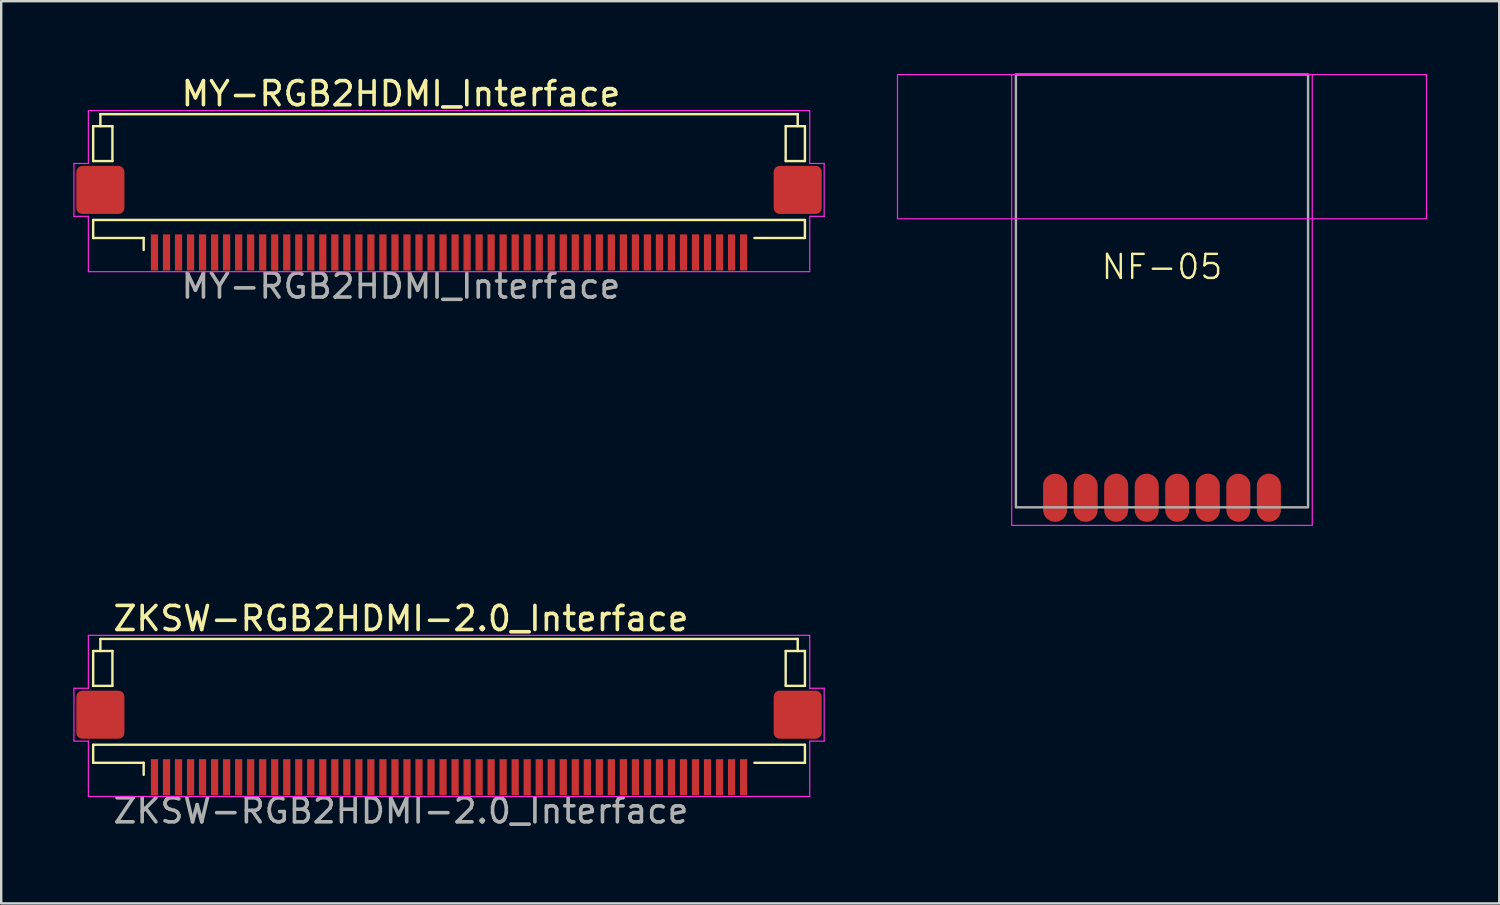
<source format=kicad_pcb>
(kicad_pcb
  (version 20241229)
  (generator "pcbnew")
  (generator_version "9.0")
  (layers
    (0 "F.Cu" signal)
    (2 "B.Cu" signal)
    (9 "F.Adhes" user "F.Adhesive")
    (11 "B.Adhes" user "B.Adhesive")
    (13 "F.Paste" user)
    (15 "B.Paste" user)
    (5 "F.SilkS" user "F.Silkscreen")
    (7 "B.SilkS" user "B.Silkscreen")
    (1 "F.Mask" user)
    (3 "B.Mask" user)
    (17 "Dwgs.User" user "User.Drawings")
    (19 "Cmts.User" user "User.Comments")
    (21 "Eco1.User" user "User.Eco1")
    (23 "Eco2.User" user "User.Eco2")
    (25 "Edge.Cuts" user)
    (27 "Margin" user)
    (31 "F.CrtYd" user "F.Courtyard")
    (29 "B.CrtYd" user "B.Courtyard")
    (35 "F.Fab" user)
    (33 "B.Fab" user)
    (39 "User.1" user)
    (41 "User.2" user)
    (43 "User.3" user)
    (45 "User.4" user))
  (footprint "NF-05"
    (layer "F.Cu")
    (at 45.275 18.05)
    (property "Reference" "NF-05" (at 0 -10 0) (layer "F.SilkS") (effects (font (size 1 1) (thickness 0.1))))
    (attr smd)
    (fp_rect (start -11 -18) (end 11 -12) (stroke (width 0.05) (type solid)) (fill no) (layer "F.CrtYd"))
    (fp_rect (start -6.25 -18) (end 6.25 0.75) (stroke (width 0.05) (type default)) (fill no) (layer "F.CrtYd"))
    (fp_rect (start -6.075 0) (end 6.075 -18) (stroke (width 0.1) (type solid)) (fill no) (layer "F.Fab"))
    (pad "1" smd oval (at -4.445 -0.15) (size 1 2) (drill (offset 0 -0.25)) (layers "F.Cu" "F.Mask" "F.Paste"))
    (pad "2" smd oval (at -3.175 -0.15) (size 1 2) (drill (offset 0 -0.25)) (layers "F.Cu" "F.Mask" "F.Paste"))
    (pad "3" smd oval (at -1.905 -0.15) (size 1 2) (drill (offset 0 -0.25)) (layers "F.Cu" "F.Mask" "F.Paste"))
    (pad "4" smd oval (at -0.635 -0.15) (size 1 2) (drill (offset 0 -0.25)) (layers "F.Cu" "F.Mask" "F.Paste"))
    (pad "5" smd oval (at 0.635 -0.15) (size 1 2) (drill (offset 0 -0.25)) (layers "F.Cu" "F.Mask" "F.Paste"))
    (pad "6" smd oval (at 1.905 -0.15) (size 1 2) (drill (offset 0 -0.25)) (layers "F.Cu" "F.Mask" "F.Paste"))
    (pad "7" smd oval (at 3.175 -0.15) (size 1 2) (drill (offset 0 -0.25)) (layers "F.Cu" "F.Mask" "F.Paste"))
    (pad "8" smd oval (at 4.445 -0.15) (size 1 2) (drill (offset 0 -0.25)) (layers "F.Cu" "F.Mask" "F.Paste"))
    (zone (net_name "") (layers "F.Cu" "B.Cu" "F.CrtYd") (hatch edge 0.5) (connect_pads) (min_thickness 0.25) (filled_areas_thickness no) (keepout (tracks not_allowed) (vias not_allowed) (pads not_allowed) (copperpour not_allowed) (footprints not_allowed)) (placement (enabled no)) (fill) (polygon (pts (xy 34.275 0.05) (xy 56.275 0.05) (xy 56.275 6.05) (xy 34.275 6.05)))))
  (footprint "ZKSW-RGB2HDMI-2.0_Interface"
    (layer "F.Cu")
    (at 15.625 28.673)
    (property "Reference" "ZKSW-RGB2HDMI-2.0_Interface" (at -2 -6 0) (layer "F.SilkS") (effects (font (size 1 1) (thickness 0.15))))
    (attr smd)
    (fp_line (start -14.8 -4.65) (end -14 -4.65) (stroke (width 0.1) (type default)) (layer "F.SilkS"))
    (fp_line (start -14.8 -3.2) (end -14.8 -4.65) (stroke (width 0.1) (type solid)) (layer "F.SilkS"))
    (fp_line (start -14.8 -3.2) (end -14 -3.2) (stroke (width 0.1) (type default)) (layer "F.SilkS"))
    (fp_line (start -14.8 -0.75) (end 14.8 -0.75) (stroke (width 0.1) (type default)) (layer "F.SilkS"))
    (fp_line (start -14.8 0) (end -14.8 -0.75) (stroke (width 0.1) (type solid)) (layer "F.SilkS"))
    (fp_line (start -14.5 -5.15) (end -14.5 -4.65) (stroke (width 0.1) (type default)) (layer "F.SilkS"))
    (fp_line (start -14 -4.65) (end -14 -3.2) (stroke (width 0.1) (type default)) (layer "F.SilkS"))
    (fp_line (start -12.7 0) (end -14.8 0) (stroke (width 0.1) (type solid)) (layer "F.SilkS"))
    (fp_line (start -12.7 0) (end -12.7 0.5) (stroke (width 0.1) (type solid)) (layer "F.SilkS"))
    (fp_line (start 12.7 0) (end 14.8 0.000003) (stroke (width 0.1) (type solid)) (layer "F.SilkS"))
    (fp_line (start 14 -4.65) (end 14.8 -4.65) (stroke (width 0.1) (type default)) (layer "F.SilkS"))
    (fp_line (start 14 -3.2) (end 14 -4.65) (stroke (width 0.1) (type default)) (layer "F.SilkS"))
    (fp_line (start 14 -3.2) (end 14.8 -3.2) (stroke (width 0.1) (type default)) (layer "F.SilkS"))
    (fp_line (start 14.5 -5.15) (end -14.5 -5.15) (stroke (width 0.1) (type solid)) (layer "F.SilkS"))
    (fp_line (start 14.5 -5.15) (end 14.5 -4.65) (stroke (width 0.1) (type default)) (layer "F.SilkS"))
    (fp_line (start 14.8 -3.2) (end 14.8 -4.65) (stroke (width 0.1) (type solid)) (layer "F.SilkS"))
    (fp_line (start 14.8 0.000003) (end 14.8 -0.75) (stroke (width 0.1) (type solid)) (layer "F.SilkS"))
    (fp_line (start -15.6 -3.1) (end -15.6 -0.9) (stroke (width 0.05) (type default)) (layer "F.CrtYd"))
    (fp_line (start -15.6 -0.9) (end -15 -0.9) (stroke (width 0.05) (type default)) (layer "F.CrtYd"))
    (fp_line (start -15 -5.3) (end -15 -3.1) (stroke (width 0.05) (type default)) (layer "F.CrtYd"))
    (fp_line (start -15 -3.1) (end -15.6 -3.1) (stroke (width 0.05) (type default)) (layer "F.CrtYd"))
    (fp_line (start -15 -0.9) (end -15 1.4) (stroke (width 0.05) (type default)) (layer "F.CrtYd"))
    (fp_line (start -15 1.4) (end 15 1.4) (stroke (width 0.05) (type solid)) (layer "F.CrtYd"))
    (fp_line (start 15 -5.3) (end -15 -5.3) (stroke (width 0.05) (type solid)) (layer "F.CrtYd"))
    (fp_line (start 15 -5.3) (end 15 -3.1) (stroke (width 0.05) (type default)) (layer "F.CrtYd"))
    (fp_line (start 15 -3.1) (end 15.6 -3.1) (stroke (width 0.05) (type default)) (layer "F.CrtYd"))
    (fp_line (start 15 -0.9) (end 15 1.4) (stroke (width 0.05) (type default)) (layer "F.CrtYd"))
    (fp_line (start 15.6 -3.1) (end 15.6 -0.9) (stroke (width 0.05) (type default)) (layer "F.CrtYd"))
    (fp_line (start 15.6 -0.9) (end 15 -0.9) (stroke (width 0.05) (type default)) (layer "F.CrtYd"))
    (fp_text user "${REFERENCE}" (at -2 2 180) (layer "F.Fab") (effects (font (size 1 1) (thickness 0.15))))
    (pad "1" smd rect (at -12.25 0.6 180) (size 0.3 1.5) (layers "F.Cu" "F.Mask" "F.Paste"))
    (pad "2" smd rect (at -11.75 0.6 180) (size 0.3 1.5) (layers "F.Cu" "F.Mask" "F.Paste"))
    (pad "3" smd rect (at -11.25 0.6 180) (size 0.3 1.5) (layers "F.Cu" "F.Mask" "F.Paste"))
    (pad "4" smd rect (at -10.75 0.6 180) (size 0.3 1.5) (layers "F.Cu" "F.Mask" "F.Paste"))
    (pad "5" smd rect (at -10.25 0.6 180) (size 0.3 1.5) (layers "F.Cu" "F.Mask" "F.Paste"))
    (pad "6" smd rect (at -9.75 0.6 180) (size 0.3 1.5) (layers "F.Cu" "F.Mask" "F.Paste"))
    (pad "7" smd rect (at -9.25 0.6 180) (size 0.3 1.5) (layers "F.Cu" "F.Mask" "F.Paste"))
    (pad "8" smd rect (at -8.75 0.6 180) (size 0.3 1.5) (layers "F.Cu" "F.Mask" "F.Paste"))
    (pad "9" smd rect (at -8.25 0.6 180) (size 0.3 1.5) (layers "F.Cu" "F.Mask" "F.Paste"))
    (pad "10" smd rect (at -7.75 0.6 180) (size 0.3 1.5) (layers "F.Cu" "F.Mask" "F.Paste"))
    (pad "11" smd rect (at -7.25 0.6 180) (size 0.3 1.5) (layers "F.Cu" "F.Mask" "F.Paste"))
    (pad "12" smd rect (at -6.75 0.6 180) (size 0.3 1.5) (layers "F.Cu" "F.Mask" "F.Paste"))
    (pad "13" smd rect (at -6.25 0.6 180) (size 0.3 1.5) (layers "F.Cu" "F.Mask" "F.Paste"))
    (pad "14" smd rect (at -5.75 0.6 180) (size 0.3 1.5) (layers "F.Cu" "F.Mask" "F.Paste"))
    (pad "15" smd rect (at -5.25 0.6 180) (size 0.3 1.5) (layers "F.Cu" "F.Mask" "F.Paste"))
    (pad "16" smd rect (at -4.75 0.6 180) (size 0.3 1.5) (layers "F.Cu" "F.Mask" "F.Paste"))
    (pad "17" smd rect (at -4.25 0.6 180) (size 0.3 1.5) (layers "F.Cu" "F.Mask" "F.Paste"))
    (pad "18" smd rect (at -3.75 0.6 180) (size 0.3 1.5) (layers "F.Cu" "F.Mask" "F.Paste"))
    (pad "19" smd rect (at -3.25 0.6 180) (size 0.3 1.5) (layers "F.Cu" "F.Mask" "F.Paste"))
    (pad "20" smd rect (at -2.75 0.6 180) (size 0.3 1.5) (layers "F.Cu" "F.Mask" "F.Paste"))
    (pad "21" smd rect (at -2.25 0.6 180) (size 0.3 1.5) (layers "F.Cu" "F.Mask" "F.Paste"))
    (pad "22" smd rect (at -1.75 0.6 180) (size 0.3 1.5) (layers "F.Cu" "F.Mask" "F.Paste"))
    (pad "23" smd rect (at -1.25 0.6 180) (size 0.3 1.5) (layers "F.Cu" "F.Mask" "F.Paste"))
    (pad "24" smd rect (at -0.75 0.6 180) (size 0.3 1.5) (layers "F.Cu" "F.Mask" "F.Paste"))
    (pad "25" smd rect (at -0.25 0.6 180) (size 0.3 1.5) (layers "F.Cu" "F.Mask" "F.Paste"))
    (pad "26" smd rect (at 0.25 0.6 180) (size 0.3 1.5) (layers "F.Cu" "F.Mask" "F.Paste"))
    (pad "27" smd rect (at 0.75 0.6 180) (size 0.3 1.5) (layers "F.Cu" "F.Mask" "F.Paste"))
    (pad "28" smd rect (at 1.25 0.6 180) (size 0.3 1.5) (layers "F.Cu" "F.Mask" "F.Paste"))
    (pad "29" smd rect (at 1.75 0.6 180) (size 0.3 1.5) (layers "F.Cu" "F.Mask" "F.Paste"))
    (pad "30" smd rect (at 2.25 0.6 180) (size 0.3 1.5) (layers "F.Cu" "F.Mask" "F.Paste"))
    (pad "31" smd rect (at 2.75 0.6 180) (size 0.3 1.5) (layers "F.Cu" "F.Mask" "F.Paste"))
    (pad "32" smd rect (at 3.25 0.6 180) (size 0.3 1.5) (layers "F.Cu" "F.Mask" "F.Paste"))
    (pad "33" smd rect (at 3.75 0.6 180) (size 0.3 1.5) (layers "F.Cu" "F.Mask" "F.Paste"))
    (pad "34" smd rect (at 4.25 0.6 180) (size 0.3 1.5) (layers "F.Cu" "F.Mask" "F.Paste"))
    (pad "35" smd rect (at 4.75 0.6 180) (size 0.3 1.5) (layers "F.Cu" "F.Mask" "F.Paste"))
    (pad "36" smd rect (at 5.25 0.6 180) (size 0.3 1.5) (layers "F.Cu" "F.Mask" "F.Paste"))
    (pad "37" smd rect (at 5.75 0.6 180) (size 0.3 1.5) (layers "F.Cu" "F.Mask" "F.Paste"))
    (pad "38" smd rect (at 6.25 0.6 180) (size 0.3 1.5) (layers "F.Cu" "F.Mask" "F.Paste"))
    (pad "39" smd rect (at 6.75 0.6 180) (size 0.3 1.5) (layers "F.Cu" "F.Mask" "F.Paste"))
    (pad "40" smd rect (at 7.25 0.6 180) (size 0.3 1.5) (layers "F.Cu" "F.Mask" "F.Paste"))
    (pad "41" smd rect (at 7.75 0.6 180) (size 0.3 1.5) (layers "F.Cu" "F.Mask" "F.Paste"))
    (pad "42" smd rect (at 8.25 0.6 180) (size 0.3 1.5) (layers "F.Cu" "F.Mask" "F.Paste"))
    (pad "43" smd rect (at 8.75 0.6 180) (size 0.3 1.5) (layers "F.Cu" "F.Mask" "F.Paste"))
    (pad "44" smd rect (at 9.25 0.6 180) (size 0.3 1.5) (layers "F.Cu" "F.Mask" "F.Paste"))
    (pad "45" smd rect (at 9.75 0.6 180) (size 0.3 1.5) (layers "F.Cu" "F.Mask" "F.Paste"))
    (pad "46" smd rect (at 10.25 0.6 180) (size 0.3 1.5) (layers "F.Cu" "F.Mask" "F.Paste"))
    (pad "47" smd rect (at 10.75 0.6 180) (size 0.3 1.5) (layers "F.Cu" "F.Mask" "F.Paste"))
    (pad "48" smd rect (at 11.25 0.6 180) (size 0.3 1.5) (layers "F.Cu" "F.Mask" "F.Paste"))
    (pad "49" smd rect (at 11.75 0.6 180) (size 0.3 1.5) (layers "F.Cu" "F.Mask" "F.Paste"))
    (pad "50" smd rect (at 12.25 0.6 180) (size 0.3 1.5) (layers "F.Cu" "F.Mask" "F.Paste"))
    (pad "MP" smd roundrect (at -14.5 -2 270) (size 2 2) (layers "F.Cu" "F.Mask" "F.Paste") (roundrect_rratio 0.125))
    (pad "MP" smd roundrect (at 14.5 -2 180) (size 2 2) (layers "F.Cu" "F.Mask" "F.Paste") (roundrect_rratio 0.125)))
  (footprint "MY-RGB2HDMI_Interface"
    (layer "F.Cu")
    (at 15.625 6.848)
    (property "Reference" "MY-RGB2HDMI_Interface" (at -2 -6 0) (layer "F.SilkS") (effects (font (size 1 1) (thickness 0.15))))
    (attr smd)
    (fp_line (start -14.8 -4.65) (end -14 -4.65) (stroke (width 0.1) (type default)) (layer "F.SilkS"))
    (fp_line (start -14.8 -3.2) (end -14.8 -4.65) (stroke (width 0.1) (type solid)) (layer "F.SilkS"))
    (fp_line (start -14.8 -3.2) (end -14 -3.2) (stroke (width 0.1) (type default)) (layer "F.SilkS"))
    (fp_line (start -14.8 -0.75) (end 14.8 -0.75) (stroke (width 0.1) (type default)) (layer "F.SilkS"))
    (fp_line (start -14.8 0) (end -14.8 -0.75) (stroke (width 0.1) (type solid)) (layer "F.SilkS"))
    (fp_line (start -14.5 -5.15) (end -14.5 -4.65) (stroke (width 0.1) (type default)) (layer "F.SilkS"))
    (fp_line (start -14 -4.65) (end -14 -3.2) (stroke (width 0.1) (type default)) (layer "F.SilkS"))
    (fp_line (start -12.7 0) (end -14.8 0) (stroke (width 0.1) (type solid)) (layer "F.SilkS"))
    (fp_line (start -12.7 0) (end -12.7 0.5) (stroke (width 0.1) (type solid)) (layer "F.SilkS"))
    (fp_line (start 12.7 0) (end 14.8 0.000003) (stroke (width 0.1) (type solid)) (layer "F.SilkS"))
    (fp_line (start 14 -4.65) (end 14.8 -4.65) (stroke (width 0.1) (type default)) (layer "F.SilkS"))
    (fp_line (start 14 -3.2) (end 14 -4.65) (stroke (width 0.1) (type default)) (layer "F.SilkS"))
    (fp_line (start 14 -3.2) (end 14.8 -3.2) (stroke (width 0.1) (type default)) (layer "F.SilkS"))
    (fp_line (start 14.5 -5.15) (end -14.5 -5.15) (stroke (width 0.1) (type solid)) (layer "F.SilkS"))
    (fp_line (start 14.5 -5.15) (end 14.5 -4.65) (stroke (width 0.1) (type default)) (layer "F.SilkS"))
    (fp_line (start 14.8 -3.2) (end 14.8 -4.65) (stroke (width 0.1) (type solid)) (layer "F.SilkS"))
    (fp_line (start 14.8 0.000003) (end 14.8 -0.75) (stroke (width 0.1) (type solid)) (layer "F.SilkS"))
    (fp_line (start -15.6 -3.1) (end -15.6 -0.9) (stroke (width 0.05) (type default)) (layer "F.CrtYd"))
    (fp_line (start -15.6 -0.9) (end -15 -0.9) (stroke (width 0.05) (type default)) (layer "F.CrtYd"))
    (fp_line (start -15 -5.3) (end -15 -3.1) (stroke (width 0.05) (type default)) (layer "F.CrtYd"))
    (fp_line (start -15 -3.1) (end -15.6 -3.1) (stroke (width 0.05) (type default)) (layer "F.CrtYd"))
    (fp_line (start -15 -0.9) (end -15 1.4) (stroke (width 0.05) (type default)) (layer "F.CrtYd"))
    (fp_line (start -15 1.4) (end 15 1.4) (stroke (width 0.05) (type solid)) (layer "F.CrtYd"))
    (fp_line (start 15 -5.3) (end -15 -5.3) (stroke (width 0.05) (type solid)) (layer "F.CrtYd"))
    (fp_line (start 15 -5.3) (end 15 -3.1) (stroke (width 0.05) (type default)) (layer "F.CrtYd"))
    (fp_line (start 15 -3.1) (end 15.6 -3.1) (stroke (width 0.05) (type default)) (layer "F.CrtYd"))
    (fp_line (start 15 -0.9) (end 15 1.4) (stroke (width 0.05) (type default)) (layer "F.CrtYd"))
    (fp_line (start 15.6 -3.1) (end 15.6 -0.9) (stroke (width 0.05) (type default)) (layer "F.CrtYd"))
    (fp_line (start 15.6 -0.9) (end 15 -0.9) (stroke (width 0.05) (type default)) (layer "F.CrtYd"))
    (fp_text user "${REFERENCE}" (at -2 2 180) (layer "F.Fab") (effects (font (size 1 1) (thickness 0.15))))
    (pad "1" smd rect (at -12.25 0.6 180) (size 0.3 1.5) (layers "F.Cu" "F.Mask" "F.Paste"))
    (pad "2" smd rect (at -11.75 0.6 180) (size 0.3 1.5) (layers "F.Cu" "F.Mask" "F.Paste"))
    (pad "3" smd rect (at -11.25 0.6 180) (size 0.3 1.5) (layers "F.Cu" "F.Mask" "F.Paste"))
    (pad "4" smd rect (at -10.75 0.6 180) (size 0.3 1.5) (layers "F.Cu" "F.Mask" "F.Paste"))
    (pad "5" smd rect (at -10.25 0.6 180) (size 0.3 1.5) (layers "F.Cu" "F.Mask" "F.Paste"))
    (pad "6" smd rect (at -9.75 0.6 180) (size 0.3 1.5) (layers "F.Cu" "F.Mask" "F.Paste"))
    (pad "7" smd rect (at -9.25 0.6 180) (size 0.3 1.5) (layers "F.Cu" "F.Mask" "F.Paste"))
    (pad "8" smd rect (at -8.75 0.6 180) (size 0.3 1.5) (layers "F.Cu" "F.Mask" "F.Paste"))
    (pad "9" smd rect (at -8.25 0.6 180) (size 0.3 1.5) (layers "F.Cu" "F.Mask" "F.Paste"))
    (pad "10" smd rect (at -7.75 0.6 180) (size 0.3 1.5) (layers "F.Cu" "F.Mask" "F.Paste"))
    (pad "11" smd rect (at -7.25 0.6 180) (size 0.3 1.5) (layers "F.Cu" "F.Mask" "F.Paste"))
    (pad "12" smd rect (at -6.75 0.6 180) (size 0.3 1.5) (layers "F.Cu" "F.Mask" "F.Paste"))
    (pad "13" smd rect (at -6.25 0.6 180) (size 0.3 1.5) (layers "F.Cu" "F.Mask" "F.Paste"))
    (pad "14" smd rect (at -5.75 0.6 180) (size 0.3 1.5) (layers "F.Cu" "F.Mask" "F.Paste"))
    (pad "15" smd rect (at -5.25 0.6 180) (size 0.3 1.5) (layers "F.Cu" "F.Mask" "F.Paste"))
    (pad "16" smd rect (at -4.75 0.6 180) (size 0.3 1.5) (layers "F.Cu" "F.Mask" "F.Paste"))
    (pad "17" smd rect (at -4.25 0.6 180) (size 0.3 1.5) (layers "F.Cu" "F.Mask" "F.Paste"))
    (pad "18" smd rect (at -3.75 0.6 180) (size 0.3 1.5) (layers "F.Cu" "F.Mask" "F.Paste"))
    (pad "19" smd rect (at -3.25 0.6 180) (size 0.3 1.5) (layers "F.Cu" "F.Mask" "F.Paste"))
    (pad "20" smd rect (at -2.75 0.6 180) (size 0.3 1.5) (layers "F.Cu" "F.Mask" "F.Paste"))
    (pad "21" smd rect (at -2.25 0.6 180) (size 0.3 1.5) (layers "F.Cu" "F.Mask" "F.Paste"))
    (pad "22" smd rect (at -1.75 0.6 180) (size 0.3 1.5) (layers "F.Cu" "F.Mask" "F.Paste"))
    (pad "23" smd rect (at -1.25 0.6 180) (size 0.3 1.5) (layers "F.Cu" "F.Mask" "F.Paste"))
    (pad "24" smd rect (at -0.75 0.6 180) (size 0.3 1.5) (layers "F.Cu" "F.Mask" "F.Paste"))
    (pad "25" smd rect (at -0.25 0.6 180) (size 0.3 1.5) (layers "F.Cu" "F.Mask" "F.Paste"))
    (pad "26" smd rect (at 0.25 0.6 180) (size 0.3 1.5) (layers "F.Cu" "F.Mask" "F.Paste"))
    (pad "27" smd rect (at 0.75 0.6 180) (size 0.3 1.5) (layers "F.Cu" "F.Mask" "F.Paste"))
    (pad "28" smd rect (at 1.25 0.6 180) (size 0.3 1.5) (layers "F.Cu" "F.Mask" "F.Paste"))
    (pad "29" smd rect (at 1.75 0.6 180) (size 0.3 1.5) (layers "F.Cu" "F.Mask" "F.Paste"))
    (pad "30" smd rect (at 2.25 0.6 180) (size 0.3 1.5) (layers "F.Cu" "F.Mask" "F.Paste"))
    (pad "31" smd rect (at 2.75 0.6 180) (size 0.3 1.5) (layers "F.Cu" "F.Mask" "F.Paste"))
    (pad "32" smd rect (at 3.25 0.6 180) (size 0.3 1.5) (layers "F.Cu" "F.Mask" "F.Paste"))
    (pad "33" smd rect (at 3.75 0.6 180) (size 0.3 1.5) (layers "F.Cu" "F.Mask" "F.Paste"))
    (pad "34" smd rect (at 4.25 0.6 180) (size 0.3 1.5) (layers "F.Cu" "F.Mask" "F.Paste"))
    (pad "35" smd rect (at 4.75 0.6 180) (size 0.3 1.5) (layers "F.Cu" "F.Mask" "F.Paste"))
    (pad "36" smd rect (at 5.25 0.6 180) (size 0.3 1.5) (layers "F.Cu" "F.Mask" "F.Paste"))
    (pad "37" smd rect (at 5.75 0.6 180) (size 0.3 1.5) (layers "F.Cu" "F.Mask" "F.Paste"))
    (pad "38" smd rect (at 6.25 0.6 180) (size 0.3 1.5) (layers "F.Cu" "F.Mask" "F.Paste"))
    (pad "39" smd rect (at 6.75 0.6 180) (size 0.3 1.5) (layers "F.Cu" "F.Mask" "F.Paste"))
    (pad "40" smd rect (at 7.25 0.6 180) (size 0.3 1.5) (layers "F.Cu" "F.Mask" "F.Paste"))
    (pad "41" smd rect (at 7.75 0.6 180) (size 0.3 1.5) (layers "F.Cu" "F.Mask" "F.Paste"))
    (pad "42" smd rect (at 8.25 0.6 180) (size 0.3 1.5) (layers "F.Cu" "F.Mask" "F.Paste"))
    (pad "43" smd rect (at 8.75 0.6 180) (size 0.3 1.5) (layers "F.Cu" "F.Mask" "F.Paste"))
    (pad "44" smd rect (at 9.25 0.6 180) (size 0.3 1.5) (layers "F.Cu" "F.Mask" "F.Paste"))
    (pad "45" smd rect (at 9.75 0.6 180) (size 0.3 1.5) (layers "F.Cu" "F.Mask" "F.Paste"))
    (pad "46" smd rect (at 10.25 0.6 180) (size 0.3 1.5) (layers "F.Cu" "F.Mask" "F.Paste"))
    (pad "47" smd rect (at 10.75 0.6 180) (size 0.3 1.5) (layers "F.Cu" "F.Mask" "F.Paste"))
    (pad "48" smd rect (at 11.25 0.6 180) (size 0.3 1.5) (layers "F.Cu" "F.Mask" "F.Paste"))
    (pad "49" smd rect (at 11.75 0.6 180) (size 0.3 1.5) (layers "F.Cu" "F.Mask" "F.Paste"))
    (pad "50" smd rect (at 12.25 0.6 180) (size 0.3 1.5) (layers "F.Cu" "F.Mask" "F.Paste"))
    (pad "MP" smd roundrect (at -14.5 -2 270) (size 2 2) (layers "F.Cu" "F.Mask" "F.Paste") (roundrect_rratio 0.125))
    (pad "MP" smd roundrect (at 14.5 -2 180) (size 2 2) (layers "F.Cu" "F.Mask" "F.Paste") (roundrect_rratio 0.125)))
  (gr_rect
    (start -3 -3)
    (end 59.3 34.522)
    (stroke (width 0.1) (type default))
    (fill no)
    (layer "Edge.Cuts")))
</source>
